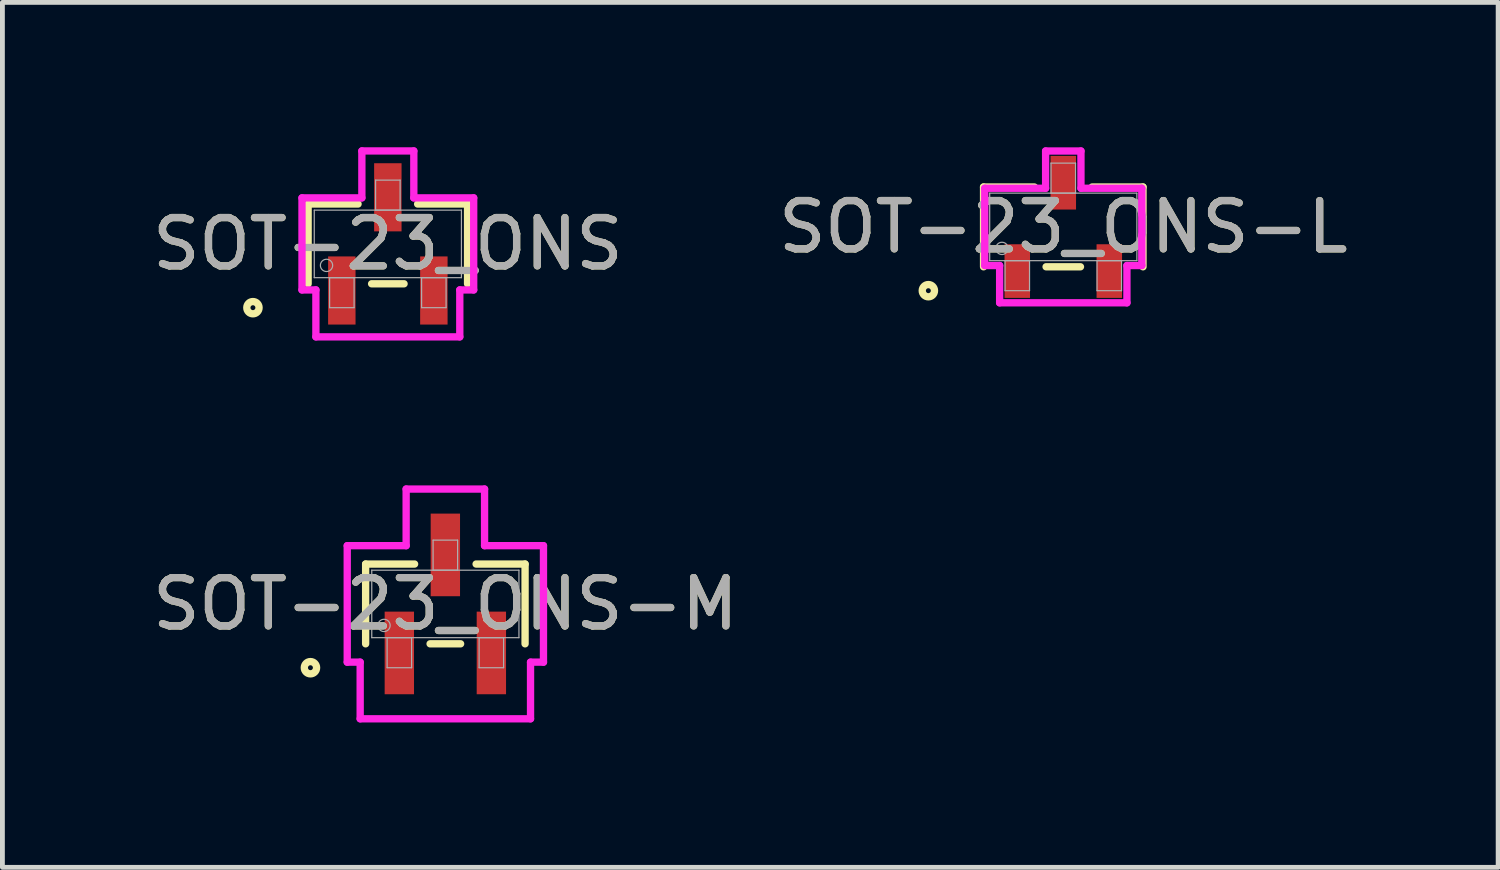
<source format=kicad_pcb>
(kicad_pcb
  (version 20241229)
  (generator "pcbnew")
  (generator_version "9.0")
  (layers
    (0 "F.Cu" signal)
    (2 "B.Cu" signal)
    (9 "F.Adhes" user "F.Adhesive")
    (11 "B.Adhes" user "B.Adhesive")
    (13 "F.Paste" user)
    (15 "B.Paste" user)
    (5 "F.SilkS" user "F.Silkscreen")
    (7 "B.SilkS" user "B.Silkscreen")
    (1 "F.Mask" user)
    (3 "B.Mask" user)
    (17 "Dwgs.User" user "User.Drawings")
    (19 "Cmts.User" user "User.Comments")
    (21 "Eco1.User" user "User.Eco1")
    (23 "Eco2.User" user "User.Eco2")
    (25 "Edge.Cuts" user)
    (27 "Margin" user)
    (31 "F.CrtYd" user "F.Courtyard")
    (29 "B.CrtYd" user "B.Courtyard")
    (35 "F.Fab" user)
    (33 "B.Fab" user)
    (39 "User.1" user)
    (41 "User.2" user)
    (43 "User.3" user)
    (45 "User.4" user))
  (footprint "SOT-23_ONS"
    (layer "F.Cu")
    (at 4.982 2.001)
    (property "Reference" "SOT-23_ONS" (at 0 0 0) (unlocked yes) (layer "F.SilkS") (effects (font (size 1 1) (thickness 0.15))))
    (attr smd)
    (fp_line (start -1.651 -0.826) (end -1.651 0.826) (stroke (width 0.152) (type solid)) (layer "F.SilkS"))
    (fp_line (start -0.617 -0.826) (end -1.651 -0.826) (stroke (width 0.152) (type solid)) (layer "F.SilkS"))
    (fp_line (start -0.336 0.826) (end 0.336 0.826) (stroke (width 0.152) (type solid)) (layer "F.SilkS"))
    (fp_line (start 1.651 -0.826) (end 0.617 -0.826) (stroke (width 0.152) (type solid)) (layer "F.SilkS"))
    (fp_line (start 1.651 0.826) (end 1.651 -0.826) (stroke (width 0.152) (type solid)) (layer "F.SilkS"))
    (fp_circle (center -2.794 1.321) (end -2.667 1.321) (stroke (width 0.152) (type solid)) (fill no) (layer "F.SilkS"))
    (fp_line (start -1.778 -0.953) (end -0.538 -0.953) (stroke (width 0.152) (type solid)) (layer "F.CrtYd"))
    (fp_line (start -1.778 0.953) (end -1.778 -0.953) (stroke (width 0.152) (type solid)) (layer "F.CrtYd"))
    (fp_line (start -1.778 0.953) (end -1.49 0.953) (stroke (width 0.152) (type solid)) (layer "F.CrtYd"))
    (fp_line (start -1.49 0.953) (end -1.49 1.925) (stroke (width 0.152) (type solid)) (layer "F.CrtYd"))
    (fp_line (start -1.49 1.925) (end 1.49 1.925) (stroke (width 0.152) (type solid)) (layer "F.CrtYd"))
    (fp_line (start -0.538 -1.925) (end 0.538 -1.925) (stroke (width 0.152) (type solid)) (layer "F.CrtYd"))
    (fp_line (start -0.538 -0.953) (end -0.538 -1.925) (stroke (width 0.152) (type solid)) (layer "F.CrtYd"))
    (fp_line (start 0.538 -0.953) (end 0.538 -1.925) (stroke (width 0.152) (type solid)) (layer "F.CrtYd"))
    (fp_line (start 1.49 0.953) (end 1.49 1.925) (stroke (width 0.152) (type solid)) (layer "F.CrtYd"))
    (fp_line (start 1.778 -0.953) (end 0.538 -0.953) (stroke (width 0.152) (type solid)) (layer "F.CrtYd"))
    (fp_line (start 1.778 -0.953) (end 1.778 0.953) (stroke (width 0.152) (type solid)) (layer "F.CrtYd"))
    (fp_line (start 1.778 0.953) (end 1.49 0.953) (stroke (width 0.152) (type solid)) (layer "F.CrtYd"))
    (fp_line (start -1.524 -0.699) (end -1.524 0.699) (stroke (width 0.025) (type solid)) (layer "F.Fab"))
    (fp_line (start -1.524 0.699) (end 1.524 0.699) (stroke (width 0.025) (type solid)) (layer "F.Fab"))
    (fp_line (start -1.206 0.699) (end -1.206 1.321) (stroke (width 0.025) (type solid)) (layer "F.Fab"))
    (fp_line (start -1.206 1.321) (end -0.699 1.321) (stroke (width 0.025) (type solid)) (layer "F.Fab"))
    (fp_line (start -0.699 0.699) (end -1.206 0.699) (stroke (width 0.025) (type solid)) (layer "F.Fab"))
    (fp_line (start -0.699 1.321) (end -0.699 0.699) (stroke (width 0.025) (type solid)) (layer "F.Fab"))
    (fp_line (start -0.254 -1.321) (end -0.254 -0.699) (stroke (width 0.025) (type solid)) (layer "F.Fab"))
    (fp_line (start -0.254 -0.699) (end 0.254 -0.699) (stroke (width 0.025) (type solid)) (layer "F.Fab"))
    (fp_line (start 0.254 -1.321) (end -0.254 -1.321) (stroke (width 0.025) (type solid)) (layer "F.Fab"))
    (fp_line (start 0.254 -0.699) (end 0.254 -1.321) (stroke (width 0.025) (type solid)) (layer "F.Fab"))
    (fp_line (start 0.699 0.699) (end 0.699 1.321) (stroke (width 0.025) (type solid)) (layer "F.Fab"))
    (fp_line (start 0.699 1.321) (end 1.206 1.321) (stroke (width 0.025) (type solid)) (layer "F.Fab"))
    (fp_line (start 1.206 0.699) (end 0.699 0.699) (stroke (width 0.025) (type solid)) (layer "F.Fab"))
    (fp_line (start 1.206 1.321) (end 1.206 0.699) (stroke (width 0.025) (type solid)) (layer "F.Fab"))
    (fp_line (start 1.524 -0.699) (end -1.524 -0.699) (stroke (width 0.025) (type solid)) (layer "F.Fab"))
    (fp_line (start 1.524 0.699) (end 1.524 -0.699) (stroke (width 0.025) (type solid)) (layer "F.Fab"))
    (fp_circle (center -1.27 0.445) (end -1.143 0.445) (stroke (width 0.025) (type solid)) (fill no) (layer "F.Fab"))
    (fp_text user "${REFERENCE}" (at 0 0 0) (unlocked yes) (layer "F.Fab") (effects (font (size 1 1) (thickness 0.15))))
    (pad "1" smd rect (at -0.953 0.965) (size 0.568 1.411) (layers "F.Cu" "F.Mask" "F.Paste"))
    (pad "2" smd rect (at 0.953 0.965) (size 0.568 1.411) (layers "F.Cu" "F.Mask" "F.Paste"))
    (pad "3" smd rect (at 0 -0.965) (size 0.568 1.411) (layers "F.Cu" "F.Mask" "F.Paste")))
  (footprint "SOT-23_ONS-L"
    (layer "F.Cu")
    (at 18.97 1.649)
    (property "Reference" "SOT-23_ONS-L" (at 0 0 0) (unlocked yes) (layer "F.SilkS") (effects (font (size 1 1) (thickness 0.15))))
    (attr smd)
    (fp_line (start -1.651 -0.826) (end -1.651 0.826) (stroke (width 0.152) (type solid)) (layer "F.SilkS"))
    (fp_line (start -0.597 -0.826) (end -1.651 -0.826) (stroke (width 0.152) (type solid)) (layer "F.SilkS"))
    (fp_line (start -0.356 0.826) (end 0.356 0.826) (stroke (width 0.152) (type solid)) (layer "F.SilkS"))
    (fp_line (start 1.651 -0.826) (end 0.597 -0.826) (stroke (width 0.152) (type solid)) (layer "F.SilkS"))
    (fp_line (start 1.651 0.826) (end 1.651 -0.826) (stroke (width 0.152) (type solid)) (layer "F.SilkS"))
    (fp_circle (center -2.794 1.321) (end -2.667 1.321) (stroke (width 0.152) (type solid)) (fill no) (layer "F.SilkS"))
    (fp_line (start -1.626 -0.8) (end -0.366 -0.8) (stroke (width 0.152) (type solid)) (layer "F.CrtYd"))
    (fp_line (start -1.626 0.8) (end -1.626 -0.8) (stroke (width 0.152) (type solid)) (layer "F.CrtYd"))
    (fp_line (start -1.626 0.8) (end -1.318 0.8) (stroke (width 0.152) (type solid)) (layer "F.CrtYd"))
    (fp_line (start -1.318 0.8) (end -1.318 1.572) (stroke (width 0.152) (type solid)) (layer "F.CrtYd"))
    (fp_line (start -1.318 1.572) (end 1.318 1.572) (stroke (width 0.152) (type solid)) (layer "F.CrtYd"))
    (fp_line (start -0.366 -1.572) (end 0.366 -1.572) (stroke (width 0.152) (type solid)) (layer "F.CrtYd"))
    (fp_line (start -0.366 -0.8) (end -0.366 -1.572) (stroke (width 0.152) (type solid)) (layer "F.CrtYd"))
    (fp_line (start 0.366 -0.8) (end 0.366 -1.572) (stroke (width 0.152) (type solid)) (layer "F.CrtYd"))
    (fp_line (start 1.318 0.8) (end 1.318 1.572) (stroke (width 0.152) (type solid)) (layer "F.CrtYd"))
    (fp_line (start 1.626 -0.8) (end 0.366 -0.8) (stroke (width 0.152) (type solid)) (layer "F.CrtYd"))
    (fp_line (start 1.626 -0.8) (end 1.626 0.8) (stroke (width 0.152) (type solid)) (layer "F.CrtYd"))
    (fp_line (start 1.626 0.8) (end 1.318 0.8) (stroke (width 0.152) (type solid)) (layer "F.CrtYd"))
    (fp_line (start -1.524 -0.699) (end -1.524 0.699) (stroke (width 0.025) (type solid)) (layer "F.Fab"))
    (fp_line (start -1.524 0.699) (end 1.524 0.699) (stroke (width 0.025) (type solid)) (layer "F.Fab"))
    (fp_line (start -1.206 0.699) (end -1.206 1.321) (stroke (width 0.025) (type solid)) (layer "F.Fab"))
    (fp_line (start -1.206 1.321) (end -0.699 1.321) (stroke (width 0.025) (type solid)) (layer "F.Fab"))
    (fp_line (start -0.699 0.699) (end -1.206 0.699) (stroke (width 0.025) (type solid)) (layer "F.Fab"))
    (fp_line (start -0.699 1.321) (end -0.699 0.699) (stroke (width 0.025) (type solid)) (layer "F.Fab"))
    (fp_line (start -0.254 -1.321) (end -0.254 -0.699) (stroke (width 0.025) (type solid)) (layer "F.Fab"))
    (fp_line (start -0.254 -0.699) (end 0.254 -0.699) (stroke (width 0.025) (type solid)) (layer "F.Fab"))
    (fp_line (start 0.254 -1.321) (end -0.254 -1.321) (stroke (width 0.025) (type solid)) (layer "F.Fab"))
    (fp_line (start 0.254 -0.699) (end 0.254 -1.321) (stroke (width 0.025) (type solid)) (layer "F.Fab"))
    (fp_line (start 0.699 0.699) (end 0.699 1.321) (stroke (width 0.025) (type solid)) (layer "F.Fab"))
    (fp_line (start 0.699 1.321) (end 1.206 1.321) (stroke (width 0.025) (type solid)) (layer "F.Fab"))
    (fp_line (start 1.206 0.699) (end 0.699 0.699) (stroke (width 0.025) (type solid)) (layer "F.Fab"))
    (fp_line (start 1.206 1.321) (end 1.206 0.699) (stroke (width 0.025) (type solid)) (layer "F.Fab"))
    (fp_line (start 1.524 -0.699) (end -1.524 -0.699) (stroke (width 0.025) (type solid)) (layer "F.Fab"))
    (fp_line (start 1.524 0.699) (end 1.524 -0.699) (stroke (width 0.025) (type solid)) (layer "F.Fab"))
    (fp_circle (center -1.27 0.445) (end -1.143 0.445) (stroke (width 0.025) (type solid)) (fill no) (layer "F.Fab"))
    (fp_text user "${REFERENCE}" (at 0 0 0) (unlocked yes) (layer "F.Fab") (effects (font (size 1 1) (thickness 0.15))))
    (pad "1" smd rect (at -0.953 0.915) (size 0.528 1.111) (layers "F.Cu" "F.Mask" "F.Paste"))
    (pad "2" smd rect (at 0.953 0.915) (size 0.528 1.111) (layers "F.Cu" "F.Mask" "F.Paste"))
    (pad "3" smd rect (at 0 -0.915) (size 0.528 1.111) (layers "F.Cu" "F.Mask" "F.Paste")))
  (footprint "SOT-23_ONS-M"
    (layer "F.Cu")
    (at 6.173 9.457)
    (property "Reference" "SOT-23_ONS-M" (at 0 0 0) (unlocked yes) (layer "F.SilkS") (effects (font (size 1 1) (thickness 0.15))))
    (attr smd)
    (fp_line (start -1.651 -0.826) (end -1.651 0.826) (stroke (width 0.152) (type solid)) (layer "F.SilkS"))
    (fp_line (start -0.637 -0.826) (end -1.651 -0.826) (stroke (width 0.152) (type solid)) (layer "F.SilkS"))
    (fp_line (start -0.316 0.826) (end 0.316 0.826) (stroke (width 0.152) (type solid)) (layer "F.SilkS"))
    (fp_line (start 1.651 -0.826) (end 0.637 -0.826) (stroke (width 0.152) (type solid)) (layer "F.SilkS"))
    (fp_line (start 1.651 0.826) (end 1.651 -0.826) (stroke (width 0.152) (type solid)) (layer "F.SilkS"))
    (fp_circle (center -2.794 1.321) (end -2.667 1.321) (stroke (width 0.152) (type solid)) (fill no) (layer "F.SilkS"))
    (fp_line (start -2.032 -1.206) (end -0.812 -1.206) (stroke (width 0.152) (type solid)) (layer "F.CrtYd"))
    (fp_line (start -2.032 1.206) (end -2.032 -1.206) (stroke (width 0.152) (type solid)) (layer "F.CrtYd"))
    (fp_line (start -2.032 1.206) (end -1.764 1.206) (stroke (width 0.152) (type solid)) (layer "F.CrtYd"))
    (fp_line (start -1.764 1.206) (end -1.764 2.379) (stroke (width 0.152) (type solid)) (layer "F.CrtYd"))
    (fp_line (start -1.764 2.379) (end 1.764 2.379) (stroke (width 0.152) (type solid)) (layer "F.CrtYd"))
    (fp_line (start -0.812 -2.379) (end 0.812 -2.379) (stroke (width 0.152) (type solid)) (layer "F.CrtYd"))
    (fp_line (start -0.812 -1.206) (end -0.812 -2.379) (stroke (width 0.152) (type solid)) (layer "F.CrtYd"))
    (fp_line (start 0.812 -1.206) (end 0.812 -2.379) (stroke (width 0.152) (type solid)) (layer "F.CrtYd"))
    (fp_line (start 1.764 1.206) (end 1.764 2.379) (stroke (width 0.152) (type solid)) (layer "F.CrtYd"))
    (fp_line (start 2.032 -1.206) (end 0.812 -1.206) (stroke (width 0.152) (type solid)) (layer "F.CrtYd"))
    (fp_line (start 2.032 -1.206) (end 2.032 1.206) (stroke (width 0.152) (type solid)) (layer "F.CrtYd"))
    (fp_line (start 2.032 1.206) (end 1.764 1.206) (stroke (width 0.152) (type solid)) (layer "F.CrtYd"))
    (fp_line (start -1.524 -0.699) (end -1.524 0.699) (stroke (width 0.025) (type solid)) (layer "F.Fab"))
    (fp_line (start -1.524 0.699) (end 1.524 0.699) (stroke (width 0.025) (type solid)) (layer "F.Fab"))
    (fp_line (start -1.206 0.699) (end -1.206 1.321) (stroke (width 0.025) (type solid)) (layer "F.Fab"))
    (fp_line (start -1.206 1.321) (end -0.699 1.321) (stroke (width 0.025) (type solid)) (layer "F.Fab"))
    (fp_line (start -0.699 0.699) (end -1.206 0.699) (stroke (width 0.025) (type solid)) (layer "F.Fab"))
    (fp_line (start -0.699 1.321) (end -0.699 0.699) (stroke (width 0.025) (type solid)) (layer "F.Fab"))
    (fp_line (start -0.254 -1.321) (end -0.254 -0.699) (stroke (width 0.025) (type solid)) (layer "F.Fab"))
    (fp_line (start -0.254 -0.699) (end 0.254 -0.699) (stroke (width 0.025) (type solid)) (layer "F.Fab"))
    (fp_line (start 0.254 -1.321) (end -0.254 -1.321) (stroke (width 0.025) (type solid)) (layer "F.Fab"))
    (fp_line (start 0.254 -0.699) (end 0.254 -1.321) (stroke (width 0.025) (type solid)) (layer "F.Fab"))
    (fp_line (start 0.699 0.699) (end 0.699 1.321) (stroke (width 0.025) (type solid)) (layer "F.Fab"))
    (fp_line (start 0.699 1.321) (end 1.206 1.321) (stroke (width 0.025) (type solid)) (layer "F.Fab"))
    (fp_line (start 1.206 0.699) (end 0.699 0.699) (stroke (width 0.025) (type solid)) (layer "F.Fab"))
    (fp_line (start 1.206 1.321) (end 1.206 0.699) (stroke (width 0.025) (type solid)) (layer "F.Fab"))
    (fp_line (start 1.524 -0.699) (end -1.524 -0.699) (stroke (width 0.025) (type solid)) (layer "F.Fab"))
    (fp_line (start 1.524 0.699) (end 1.524 -0.699) (stroke (width 0.025) (type solid)) (layer "F.Fab"))
    (fp_circle (center -1.27 0.445) (end -1.143 0.445) (stroke (width 0.025) (type solid)) (fill no) (layer "F.Fab"))
    (fp_text user "${REFERENCE}" (at 0 0 0) (unlocked yes) (layer "F.Fab") (effects (font (size 1 1) (thickness 0.15))))
    (pad "1" smd rect (at -0.953 1.015) (size 0.608 1.711) (layers "F.Cu" "F.Mask" "F.Paste"))
    (pad "2" smd rect (at 0.953 1.015) (size 0.608 1.711) (layers "F.Cu" "F.Mask" "F.Paste"))
    (pad "3" smd rect (at 0 -1.015) (size 0.608 1.711) (layers "F.Cu" "F.Mask" "F.Paste")))
  (gr_rect
    (start -3 -3)
    (end 27.976 14.912)
    (stroke (width 0.1) (type default))
    (fill no)
    (layer "Edge.Cuts")))
</source>
